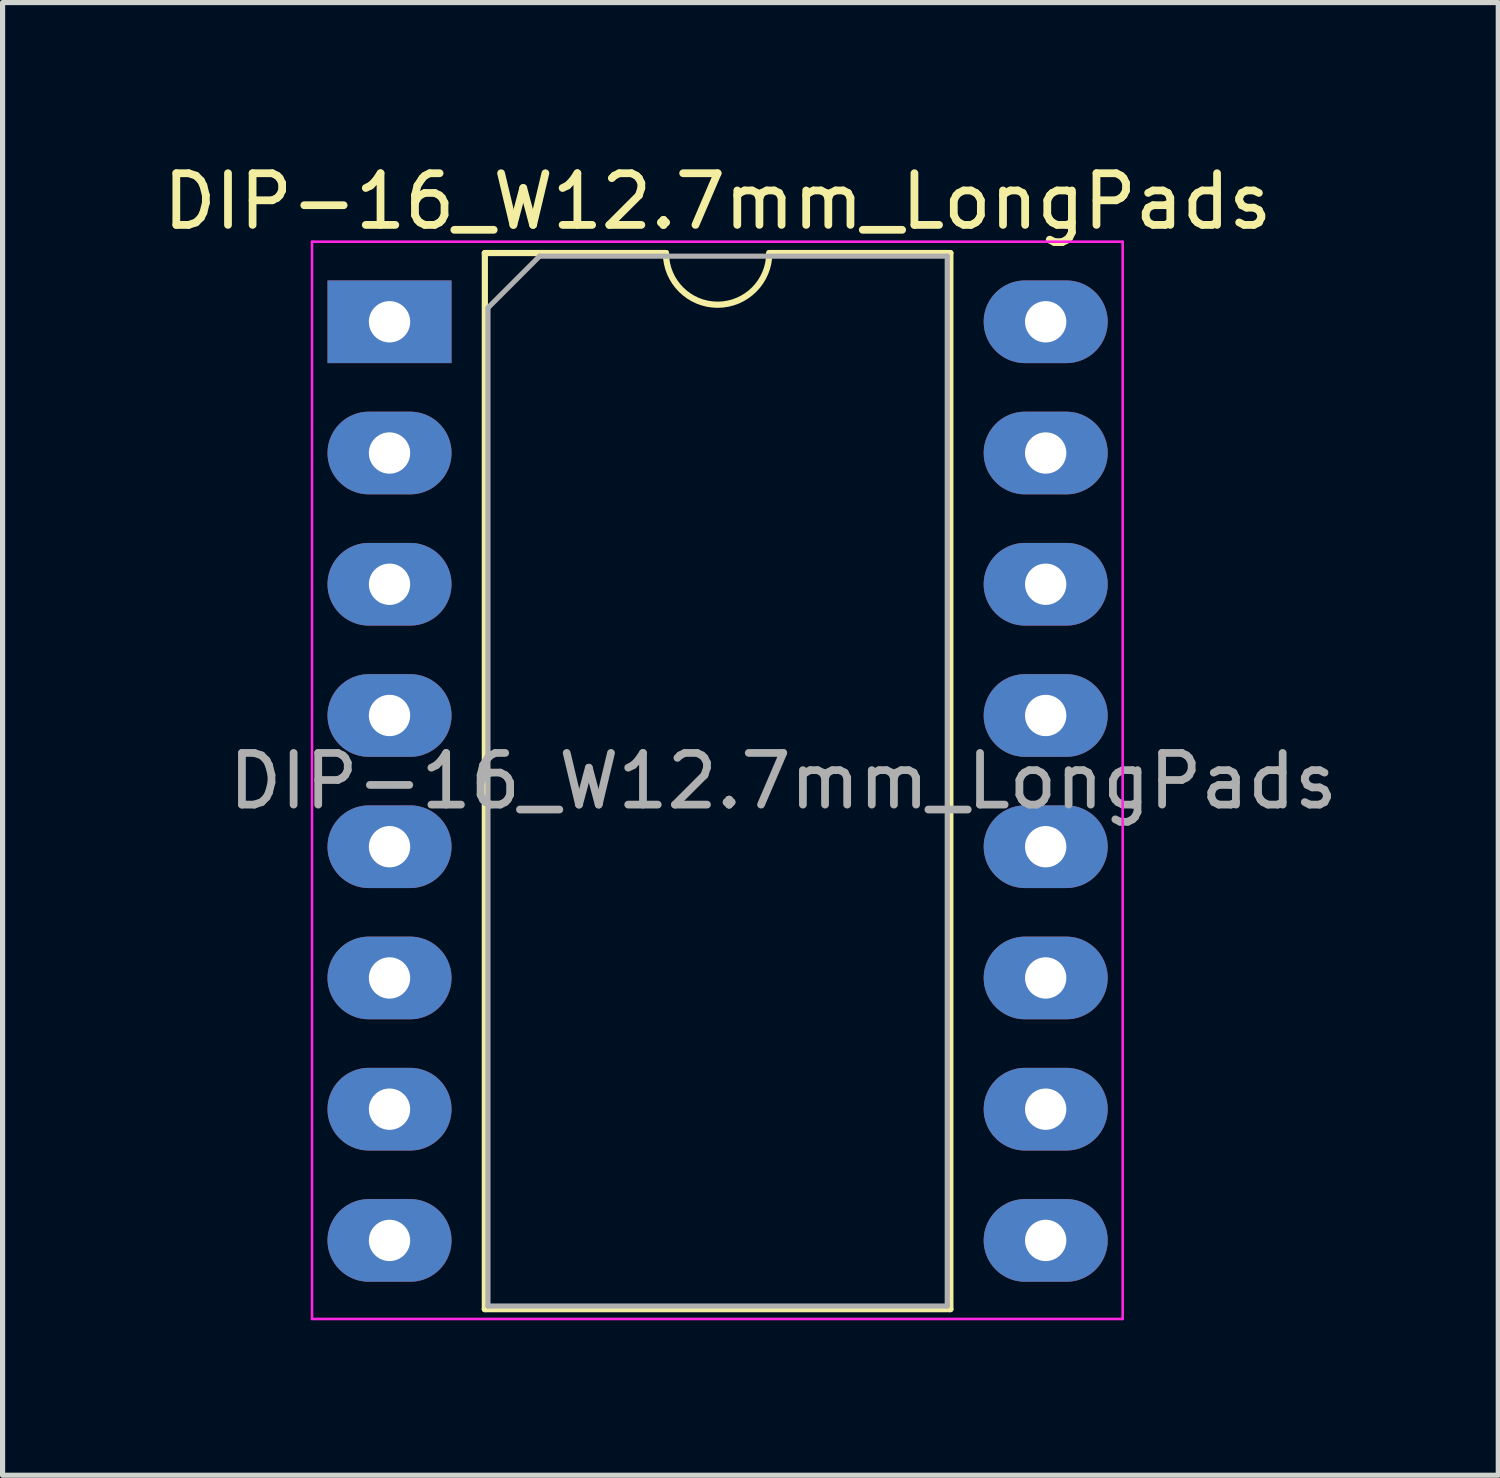
<source format=kicad_pcb>
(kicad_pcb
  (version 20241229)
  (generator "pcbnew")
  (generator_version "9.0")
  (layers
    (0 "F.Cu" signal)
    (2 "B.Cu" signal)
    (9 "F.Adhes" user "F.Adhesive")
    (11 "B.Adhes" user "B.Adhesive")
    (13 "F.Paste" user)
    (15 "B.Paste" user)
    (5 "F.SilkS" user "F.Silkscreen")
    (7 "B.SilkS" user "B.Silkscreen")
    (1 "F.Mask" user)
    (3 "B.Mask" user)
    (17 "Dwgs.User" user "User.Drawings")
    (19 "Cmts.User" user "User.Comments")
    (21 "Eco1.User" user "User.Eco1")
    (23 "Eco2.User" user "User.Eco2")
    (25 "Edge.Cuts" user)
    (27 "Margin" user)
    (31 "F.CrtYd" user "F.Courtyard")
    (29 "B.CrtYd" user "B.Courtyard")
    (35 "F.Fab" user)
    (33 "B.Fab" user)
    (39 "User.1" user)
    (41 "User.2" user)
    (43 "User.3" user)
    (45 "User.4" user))
  (footprint "DIP-16_W12.7mm_LongPads"
    (layer "F.Cu")
    (at 4.489 3.178)
    (property "Reference" "DIP-16_W12.7mm_LongPads" (at 6.35 -2.33 0) (layer "F.SilkS") (effects (font (size 1 1) (thickness 0.15))))
    (attr through_hole)
    (fp_line (start 1.845 -1.33) (end 1.845 19.11) (stroke (width 0.12) (type solid)) (layer "F.SilkS"))
    (fp_line (start 1.845 19.11) (end 10.855 19.11) (stroke (width 0.12) (type solid)) (layer "F.SilkS"))
    (fp_line (start 5.35 -1.33) (end 1.845 -1.33) (stroke (width 0.12) (type solid)) (layer "F.SilkS"))
    (fp_line (start 10.855 -1.33) (end 7.35 -1.33) (stroke (width 0.12) (type solid)) (layer "F.SilkS"))
    (fp_line (start 10.855 19.11) (end 10.855 -1.33) (stroke (width 0.12) (type solid)) (layer "F.SilkS"))
    (fp_arc (start 7.35 -1.33) (mid 6.35 -0.33) (end 5.35 -1.33) (stroke (width 0.12) (type solid)) (layer "F.SilkS"))
    (fp_line (start -1.5 -1.55) (end -1.5 19.3) (stroke (width 0.05) (type solid)) (layer "F.CrtYd"))
    (fp_line (start -1.5 19.3) (end 14.19 19.3) (stroke (width 0.05) (type solid)) (layer "F.CrtYd"))
    (fp_line (start 14.19 -1.55) (end -1.5 -1.55) (stroke (width 0.05) (type solid)) (layer "F.CrtYd"))
    (fp_line (start 14.19 19.3) (end 14.19 -1.55) (stroke (width 0.05) (type solid)) (layer "F.CrtYd"))
    (fp_line (start 1.905 -0.27) (end 2.905 -1.27) (stroke (width 0.1) (type solid)) (layer "F.Fab"))
    (fp_line (start 1.905 19.05) (end 1.905 -0.27) (stroke (width 0.1) (type solid)) (layer "F.Fab"))
    (fp_line (start 2.905 -1.27) (end 10.795 -1.27) (stroke (width 0.1) (type solid)) (layer "F.Fab"))
    (fp_line (start 10.795 -1.27) (end 10.795 19.05) (stroke (width 0.1) (type solid)) (layer "F.Fab"))
    (fp_line (start 10.795 19.05) (end 1.905 19.05) (stroke (width 0.1) (type solid)) (layer "F.Fab"))
    (fp_text user "${REFERENCE}" (at 7.62 8.89 0) (layer "F.Fab") (effects (font (size 1 1) (thickness 0.15))))
    (pad "1" thru_hole rect (at 0 0) (size 2.4 1.6) (drill 0.8) (layers "*.Cu" "*.Mask"))
    (pad "2" thru_hole oval (at 0 2.54) (size 2.4 1.6) (drill 0.8) (layers "*.Cu" "*.Mask"))
    (pad "3" thru_hole oval (at 0 5.08) (size 2.4 1.6) (drill 0.8) (layers "*.Cu" "*.Mask"))
    (pad "4" thru_hole oval (at 0 7.62) (size 2.4 1.6) (drill 0.8) (layers "*.Cu" "*.Mask"))
    (pad "5" thru_hole oval (at 0 10.16) (size 2.4 1.6) (drill 0.8) (layers "*.Cu" "*.Mask"))
    (pad "6" thru_hole oval (at 0 12.7) (size 2.4 1.6) (drill 0.8) (layers "*.Cu" "*.Mask"))
    (pad "7" thru_hole oval (at 0 15.24) (size 2.4 1.6) (drill 0.8) (layers "*.Cu" "*.Mask"))
    (pad "8" thru_hole oval (at 0 17.78) (size 2.4 1.6) (drill 0.8) (layers "*.Cu" "*.Mask"))
    (pad "9" thru_hole oval (at 12.7 17.78) (size 2.4 1.6) (drill 0.8) (layers "*.Cu" "*.Mask"))
    (pad "10" thru_hole oval (at 12.7 15.24) (size 2.4 1.6) (drill 0.8) (layers "*.Cu" "*.Mask"))
    (pad "11" thru_hole oval (at 12.7 12.7) (size 2.4 1.6) (drill 0.8) (layers "*.Cu" "*.Mask"))
    (pad "12" thru_hole oval (at 12.7 10.16) (size 2.4 1.6) (drill 0.8) (layers "*.Cu" "*.Mask"))
    (pad "13" thru_hole oval (at 12.7 7.62) (size 2.4 1.6) (drill 0.8) (layers "*.Cu" "*.Mask"))
    (pad "14" thru_hole oval (at 12.7 5.08) (size 2.4 1.6) (drill 0.8) (layers "*.Cu" "*.Mask"))
    (pad "15" thru_hole oval (at 12.7 2.54) (size 2.4 1.6) (drill 0.8) (layers "*.Cu" "*.Mask"))
    (pad "16" thru_hole oval (at 12.7 0) (size 2.4 1.6) (drill 0.8) (layers "*.Cu" "*.Mask")))
  (gr_rect
    (start -3 -3)
    (end 25.949 25.503)
    (stroke (width 0.1) (type default))
    (fill no)
    (layer "Edge.Cuts")))
</source>
